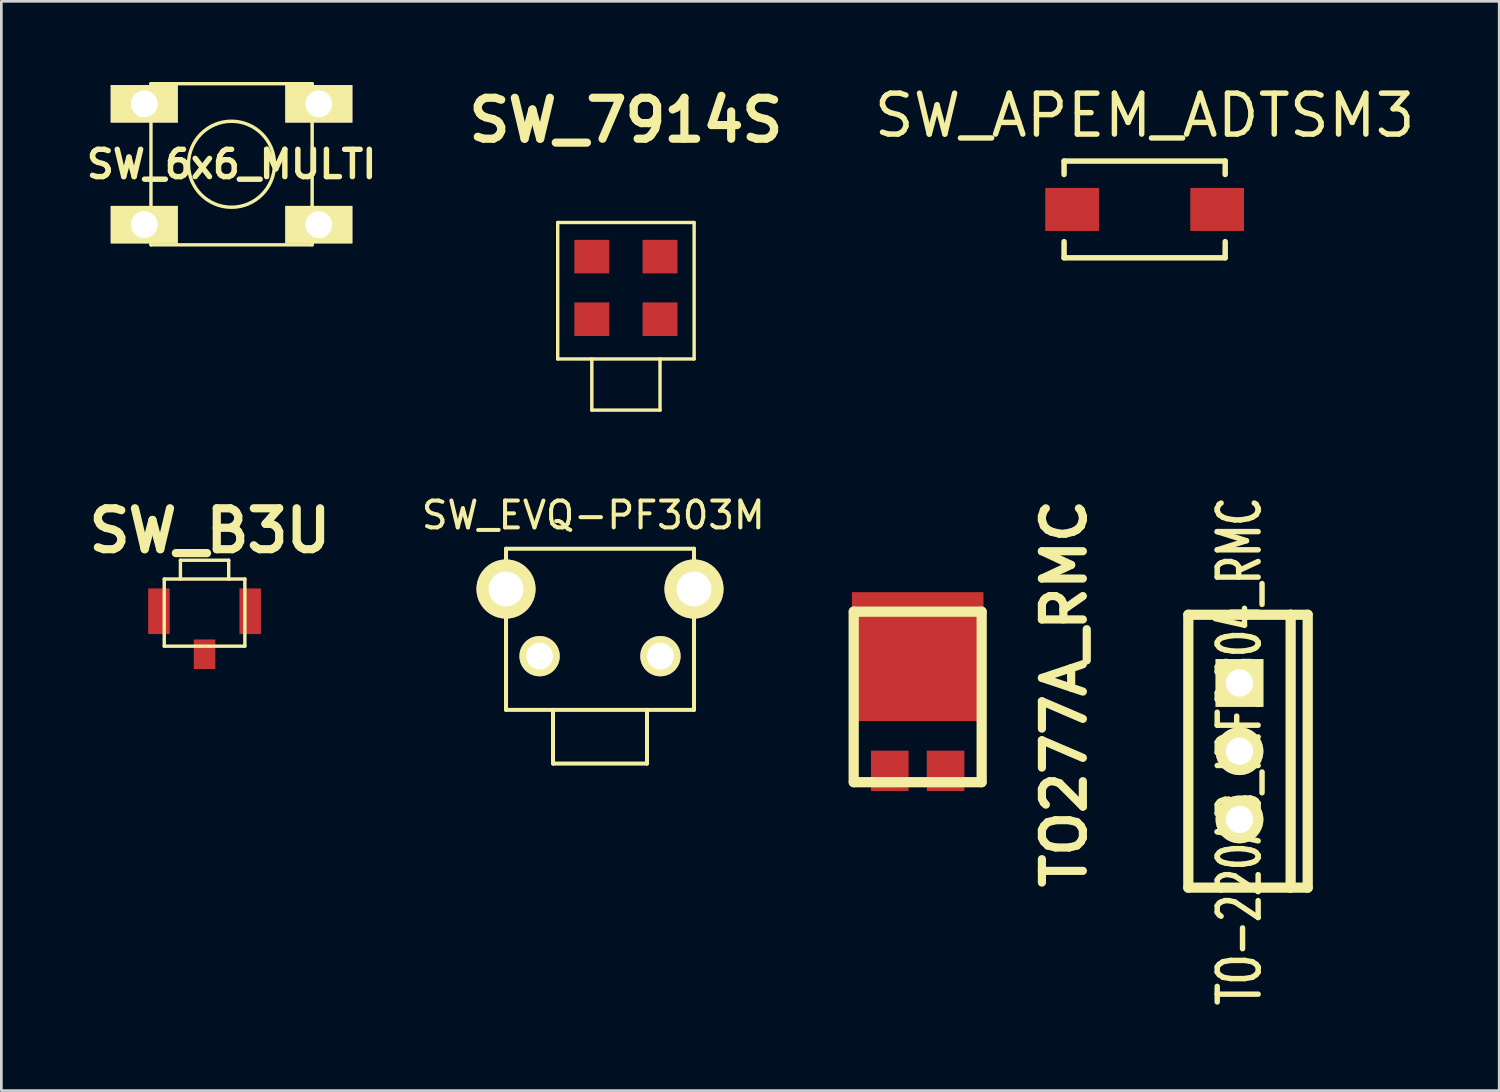
<source format=kicad_pcb>
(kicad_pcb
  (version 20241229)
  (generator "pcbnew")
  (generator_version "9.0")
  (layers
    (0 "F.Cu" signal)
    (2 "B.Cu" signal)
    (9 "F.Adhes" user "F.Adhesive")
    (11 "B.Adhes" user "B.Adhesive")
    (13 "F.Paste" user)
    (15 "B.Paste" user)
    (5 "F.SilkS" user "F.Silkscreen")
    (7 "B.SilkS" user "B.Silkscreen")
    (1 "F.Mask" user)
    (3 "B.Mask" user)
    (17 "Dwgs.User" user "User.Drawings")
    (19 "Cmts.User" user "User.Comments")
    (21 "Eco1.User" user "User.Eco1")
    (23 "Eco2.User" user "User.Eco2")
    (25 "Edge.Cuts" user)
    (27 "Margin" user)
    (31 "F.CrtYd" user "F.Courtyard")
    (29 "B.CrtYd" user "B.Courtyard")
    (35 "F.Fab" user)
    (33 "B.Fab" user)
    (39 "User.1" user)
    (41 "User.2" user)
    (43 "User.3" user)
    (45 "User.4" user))
  (footprint "SW_7914S"
    (layer "F.Cu")
    (at 20.257 6.506)
    (property "Reference" "SW_7914S" (at 0 -5.08 0) (layer "F.SilkS") (effects (font (size 1.524 1.524) (thickness 0.305))))
    (attr through_hole)
    (fp_line (start -2.54 -1.27) (end -2.54 3.81) (stroke (width 0.127) (type solid)) (layer "F.SilkS"))
    (fp_line (start -2.54 3.81) (end 2.54 3.81) (stroke (width 0.127) (type solid)) (layer "F.SilkS"))
    (fp_line (start -1.27 3.81) (end -1.27 5.715) (stroke (width 0.127) (type solid)) (layer "F.SilkS"))
    (fp_line (start -1.27 5.715) (end 1.27 5.715) (stroke (width 0.127) (type solid)) (layer "F.SilkS"))
    (fp_line (start 1.27 5.715) (end 1.27 3.81) (stroke (width 0.127) (type solid)) (layer "F.SilkS"))
    (fp_line (start 2.54 -1.27) (end -2.54 -1.27) (stroke (width 0.127) (type solid)) (layer "F.SilkS"))
    (fp_line (start 2.54 3.81) (end 2.54 -1.27) (stroke (width 0.127) (type solid)) (layer "F.SilkS"))
    (pad "1" smd rect (at -1.27 0) (size 1.3 1.25) (layers "F.Cu" "F.Mask" "F.Paste"))
    (pad "1" smd rect (at -1.27 2.329) (size 1.3 1.25) (layers "F.Cu" "F.Mask" "F.Paste"))
    (pad "2" smd rect (at 1.27 0) (size 1.3 1.25) (layers "F.Cu" "F.Mask" "F.Paste"))
    (pad "2" smd rect (at 1.27 2.329) (size 1.3 1.25) (layers "F.Cu" "F.Mask" "F.Paste")))
  (footprint "SW_EVQ-PF303M"
    (layer "F.Cu")
    (at 19.292 21.383)
    (property "Reference" "SW_EVQ-PF303M" (at -0.25 -5.25 0) (layer "F.SilkS") (effects (font (size 1 1) (thickness 0.15))))
    (attr through_hole)
    (fp_line (start -3.5 -4) (end 3.5 -4) (stroke (width 0.15) (type solid)) (layer "F.SilkS"))
    (fp_line (start -3.5 2) (end -3.5 -4) (stroke (width 0.15) (type solid)) (layer "F.SilkS"))
    (fp_line (start -1.75 2) (end -1.75 4) (stroke (width 0.15) (type solid)) (layer "F.SilkS"))
    (fp_line (start -1.75 4) (end 1.75 4) (stroke (width 0.15) (type solid)) (layer "F.SilkS"))
    (fp_line (start 1.75 4) (end 1.75 2) (stroke (width 0.15) (type solid)) (layer "F.SilkS"))
    (fp_line (start 3.5 -4) (end 3.5 2) (stroke (width 0.15) (type solid)) (layer "F.SilkS"))
    (fp_line (start 3.5 2) (end -3.5 2) (stroke (width 0.15) (type solid)) (layer "F.SilkS"))
    (pad "" thru_hole circle (at -3.5 -2.5) (size 2.2 2.2) (drill 1.3) (layers "*.Cu" "*.Mask" "F.SilkS"))
    (pad "" thru_hole circle (at 3.5 -2.5) (size 2.2 2.2) (drill 1.3) (layers "*.Cu" "*.Mask" "F.SilkS"))
    (pad "1" thru_hole circle (at -2.25 0) (size 1.5 1.5) (drill 1) (layers "*.Cu" "*.Mask" "F.SilkS"))
    (pad "2" thru_hole circle (at 2.25 0) (size 1.5 1.5) (drill 1) (layers "*.Cu" "*.Mask" "F.SilkS")))
  (footprint "SW_B3U"
    (layer "F.Cu")
    (at 4.567 19.711)
    (property "Reference" "SW_B3U" (at 0.201 -3 0) (layer "F.SilkS") (effects (font (size 1.524 1.524) (thickness 0.305))))
    (attr through_hole)
    (fp_line (start -1.501 -1.199) (end -1.501 1.3) (stroke (width 0.127) (type solid)) (layer "F.SilkS"))
    (fp_line (start -1.501 1.3) (end 1.501 1.3) (stroke (width 0.127) (type solid)) (layer "F.SilkS"))
    (fp_line (start -1.499 -1.199) (end 1.501 -1.199) (stroke (width 0.127) (type solid)) (layer "F.SilkS"))
    (fp_line (start -0.899 -1.9) (end -0.899 -1.199) (stroke (width 0.127) (type solid)) (layer "F.SilkS"))
    (fp_line (start 0.899 -1.9) (end -0.899 -1.9) (stroke (width 0.127) (type solid)) (layer "F.SilkS"))
    (fp_line (start 0.899 -1.9) (end 0.899 -1.199) (stroke (width 0.127) (type solid)) (layer "F.SilkS"))
    (fp_line (start 1.501 -1.201) (end 1.501 1.298) (stroke (width 0.127) (type solid)) (layer "F.SilkS"))
    (pad "1" smd rect (at -1.699 0) (size 0.8 1.699) (layers "F.Cu" "F.Mask" "F.Paste"))
    (pad "2" smd rect (at 1.699 0) (size 0.8 1.699) (layers "F.Cu" "F.Mask" "F.Paste"))
    (pad "3" smd rect (at 0 1.6) (size 0.8 1.1) (layers "F.Cu" "F.Mask" "F.Paste")))
  (footprint "TO-220AB_IRF2804_RMC"
    (layer "F.Cu")
    (at 43.104 24.922)
    (property "Reference" "TO-220AB_IRF2804_RMC" (at 0 0 90) (layer "F.SilkS") (effects (font (size 1.524 1.016) (thickness 0.203))))
    (attr through_hole)
    (fp_line (start -1.905 -5.08) (end 1.905 -5.08) (stroke (width 0.381) (type solid)) (layer "F.SilkS"))
    (fp_line (start -1.905 5.08) (end -1.905 -5.08) (stroke (width 0.381) (type solid)) (layer "F.SilkS"))
    (fp_line (start 1.905 -5.08) (end 1.905 5.08) (stroke (width 0.381) (type solid)) (layer "F.SilkS"))
    (fp_line (start 1.905 -5.08) (end 2.54 -5.08) (stroke (width 0.381) (type solid)) (layer "F.SilkS"))
    (fp_line (start 1.905 5.08) (end -1.905 5.08) (stroke (width 0.381) (type solid)) (layer "F.SilkS"))
    (fp_line (start 2.54 -5.08) (end 2.54 5.08) (stroke (width 0.381) (type solid)) (layer "F.SilkS"))
    (fp_line (start 2.54 5.08) (end 1.905 5.08) (stroke (width 0.381) (type solid)) (layer "F.SilkS"))
    (pad "D" thru_hole circle (at 0 0) (size 1.778 1.778) (drill 1.016) (layers "*.Cu" "*.Mask" "F.SilkS"))
    (pad "G" thru_hole rect (at 0 -2.54) (size 1.778 1.778) (drill 1.016) (layers "*.Cu" "*.Mask" "F.SilkS"))
    (pad "S" thru_hole circle (at 0 2.54) (size 1.778 1.778) (drill 1.016) (layers "*.Cu" "*.Mask" "F.SilkS")))
  (footprint "SW_6x6_MULTI"
    (layer "F.Cu")
    (at 5.573 3.066)
    (property "Reference" "SW_6x6_MULTI" (at 0 0 0) (layer "F.SilkS") (effects (font (size 1.016 1.016) (thickness 0.203))))
    (attr through_hole)
    (fp_line (start -3.002 -3) (end -3.002 3) (stroke (width 0.127) (type solid)) (layer "F.SilkS"))
    (fp_line (start -3 3) (end 3 3) (stroke (width 0.127) (type solid)) (layer "F.SilkS"))
    (fp_line (start 3 -3) (end -3 -3) (stroke (width 0.127) (type solid)) (layer "F.SilkS"))
    (fp_line (start 3 2.997) (end 3 -3.002) (stroke (width 0.127) (type solid)) (layer "F.SilkS"))
    (fp_circle (center -0.003 0) (end 0.998 1.25) (stroke (width 0.127) (type solid)) (fill no) (layer "F.SilkS"))
    (pad "1" thru_hole rect (at -3.251 -2.25) (size 2.499 1.397) (drill 1.001) (layers "*.Cu" "*.Mask" "F.SilkS"))
    (pad "1" thru_hole rect (at 3.249 -2.25) (size 2.499 1.397) (drill 1.001) (layers "*.Cu" "*.Mask" "F.SilkS"))
    (pad "2" thru_hole rect (at -3.251 2.25) (size 2.499 1.397) (drill 1.001) (layers "*.Cu" "*.Mask" "F.SilkS"))
    (pad "2" thru_hole rect (at 3.249 2.25) (size 2.499 1.397) (drill 1.001) (layers "*.Cu" "*.Mask" "F.SilkS")))
  (footprint "SW_APEM_ADTSM3"
    (layer "F.Cu")
    (at 39.572 4.748)
    (property "Reference" "SW_APEM_ADTSM3" (at 0 -3.5 0) (layer "F.SilkS") (effects (font (size 1.524 1.524) (thickness 0.203))))
    (attr through_hole)
    (fp_line (start -3 -1.801) (end -3 -1.3) (stroke (width 0.203) (type solid)) (layer "F.SilkS"))
    (fp_line (start -3 -1.801) (end 3 -1.801) (stroke (width 0.203) (type solid)) (layer "F.SilkS"))
    (fp_line (start -3 1.199) (end -3 1.801) (stroke (width 0.203) (type solid)) (layer "F.SilkS"))
    (fp_line (start -3 1.801) (end 3 1.801) (stroke (width 0.203) (type solid)) (layer "F.SilkS"))
    (fp_line (start 3 -1.801) (end 3 -1.3) (stroke (width 0.203) (type solid)) (layer "F.SilkS"))
    (fp_line (start 3 1.801) (end 3 1.199) (stroke (width 0.203) (type solid)) (layer "F.SilkS"))
    (pad "1" smd rect (at -2.7 0) (size 1.999 1.6) (layers "F.Cu" "F.Mask" "F.Paste"))
    (pad "2" smd rect (at 2.7 0) (size 1.999 1.6) (layers "F.Cu" "F.Mask" "F.Paste")))
  (footprint "TO277A_RMC"
    (layer "F.Cu")
    (at 31.121 22.901)
    (property "Reference" "TO277A_RMC" (at 5.461 -0.127 90) (layer "F.SilkS") (effects (font (size 1.524 1.524) (thickness 0.305))))
    (attr through_hole)
    (fp_line (start -2.383 3.175) (end -2.383 -3.175) (stroke (width 0.381) (type solid)) (layer "F.SilkS"))
    (fp_line (start -2.375 -3.175) (end 2.375 -3.175) (stroke (width 0.381) (type solid)) (layer "F.SilkS"))
    (fp_line (start 2.375 3.175) (end -2.375 3.175) (stroke (width 0.381) (type solid)) (layer "F.SilkS"))
    (fp_line (start 2.383 -3.175) (end 2.383 3.175) (stroke (width 0.381) (type solid)) (layer "F.SilkS"))
    (pad "1" smd rect (at -1.039 2.751) (size 1.4 1.5) (layers "F.Cu" "F.Mask" "F.Paste"))
    (pad "2" smd rect (at 1.039 2.751) (size 1.4 1.5) (layers "F.Cu" "F.Mask" "F.Paste"))
    (pad "K" smd rect (at 0 -1.501) (size 4.9 4.8) (layers "F.Cu" "F.Mask" "F.Paste")))
  (gr_rect
    (start -3 -3)
    (end 52.775 37.56)
    (stroke (width 0.1) (type default))
    (fill no)
    (layer "Edge.Cuts")))
</source>
